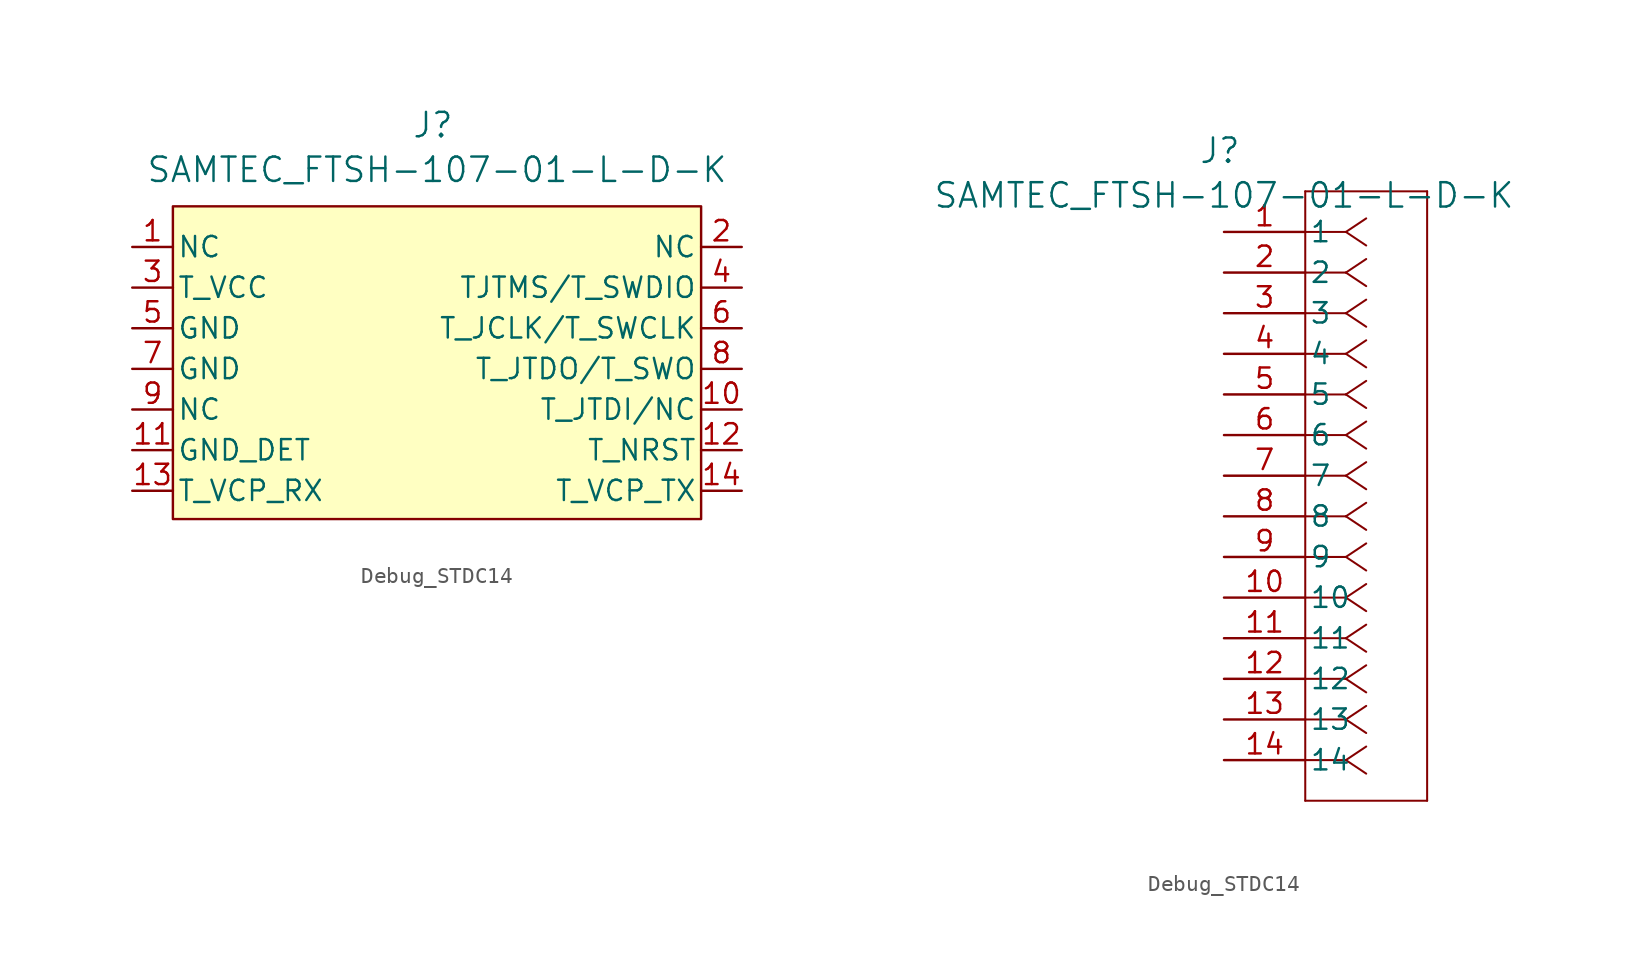
<source format=kicad_sym>
(kicad_symbol_lib
  (version 20231120)
  (generator "kicad_symbol_editor")
  (generator_version "8.0")
  (symbol "Debug_STDC14"
    (pin_names
      (offset 0.254))
    (property "Reference" "J"
      (at -0.254 5.08 0)
      (effects (font (size 1.524 1.524))))
    (property "Value" "SAMTEC_FTSH-107-01-L-D-K"
      (at 0 2.286 0)
      (effects (font (size 1.524 1.524))))
    (property "ki_locked" ""
      (at 0 0 0)
      (effects (font (size 1.27 1.27))))
    (symbol "Debug_STDC14_1_1"
      (rectangle (start -16.51 0) (end 16.51 -19.55) (stroke (width 0) (type default)) (fill (type background)))
      (pin passive line (at -19.05 -2.54 0) (length 2.54) (name "NC" (effects (font (size 1.27 1.27)))) (number "1" (effects (font (size 1.27 1.27)))))
      (pin passive line (at 19.05 -12.7 180) (length 2.54) (name "T_JTDI/NC" (effects (font (size 1.27 1.27)))) (number "10" (effects (font (size 1.27 1.27)))))
      (pin passive line (at -19.05 -15.24 0) (length 2.54) (name "GND_DET" (effects (font (size 1.27 1.27)))) (number "11" (effects (font (size 1.27 1.27)))))
      (pin passive line (at 19.05 -15.24 180) (length 2.54) (name "T_NRST" (effects (font (size 1.27 1.27)))) (number "12" (effects (font (size 1.27 1.27)))))
      (pin passive line (at -19.05 -17.78 0) (length 2.54) (name "T_VCP_RX" (effects (font (size 1.27 1.27)))) (number "13" (effects (font (size 1.27 1.27)))))
      (pin passive line (at 19.05 -17.78 180) (length 2.54) (name "T_VCP_TX" (effects (font (size 1.27 1.27)))) (number "14" (effects (font (size 1.27 1.27)))))
      (pin passive line (at 19.05 -2.54 180) (length 2.54) (name "NC" (effects (font (size 1.27 1.27)))) (number "2" (effects (font (size 1.27 1.27)))))
      (pin passive line (at -19.05 -5.08 0) (length 2.54) (name "T_VCC" (effects (font (size 1.27 1.27)))) (number "3" (effects (font (size 1.27 1.27)))))
      (pin passive line (at 19.05 -5.08 180) (length 2.54) (name "TJTMS/T_SWDIO" (effects (font (size 1.27 1.27)))) (number "4" (effects (font (size 1.27 1.27)))))
      (pin passive line (at -19.05 -7.62 0) (length 2.54) (name "GND" (effects (font (size 1.27 1.27)))) (number "5" (effects (font (size 1.27 1.27)))))
      (pin passive line (at 19.05 -7.62 180) (length 2.54) (name "T_JCLK/T_SWCLK" (effects (font (size 1.27 1.27)))) (number "6" (effects (font (size 1.27 1.27)))))
      (pin passive line (at -19.05 -10.16 0) (length 2.54) (name "GND" (effects (font (size 1.27 1.27)))) (number "7" (effects (font (size 1.27 1.27)))))
      (pin passive line (at 19.05 -10.16 180) (length 2.54) (name "T_JTDO/T_SWO" (effects (font (size 1.27 1.27)))) (number "8" (effects (font (size 1.27 1.27)))))
      (pin passive line (at -19.05 -12.7 0) (length 2.54) (name "NC" (effects (font (size 1.27 1.27)))) (number "9" (effects (font (size 1.27 1.27))))))
    (symbol "Debug_STDC14_1_2"
      (polyline (pts (xy 5.08 -35.56) (xy 12.7 -35.56)) (stroke (width 0.127) (type default)) (fill (type none)))
      (polyline (pts (xy 5.08 2.54) (xy 5.08 -35.56)) (stroke (width 0.127) (type default)) (fill (type none)))
      (polyline (pts (xy 7.62 -33.02) (xy 5.08 -33.02)) (stroke (width 0.127) (type default)) (fill (type none)))
      (polyline (pts (xy 7.62 -33.02) (xy 8.89 -33.867)) (stroke (width 0.127) (type default)) (fill (type none)))
      (polyline (pts (xy 7.62 -33.02) (xy 8.89 -32.173)) (stroke (width 0.127) (type default)) (fill (type none)))
      (polyline (pts (xy 7.62 -30.48) (xy 5.08 -30.48)) (stroke (width 0.127) (type default)) (fill (type none)))
      (polyline (pts (xy 7.62 -30.48) (xy 8.89 -31.327)) (stroke (width 0.127) (type default)) (fill (type none)))
      (polyline (pts (xy 7.62 -30.48) (xy 8.89 -29.633)) (stroke (width 0.127) (type default)) (fill (type none)))
      (polyline (pts (xy 7.62 -27.94) (xy 5.08 -27.94)) (stroke (width 0.127) (type default)) (fill (type none)))
      (polyline (pts (xy 7.62 -27.94) (xy 8.89 -28.787)) (stroke (width 0.127) (type default)) (fill (type none)))
      (polyline (pts (xy 7.62 -27.94) (xy 8.89 -27.093)) (stroke (width 0.127) (type default)) (fill (type none)))
      (polyline (pts (xy 7.62 -25.4) (xy 5.08 -25.4)) (stroke (width 0.127) (type default)) (fill (type none)))
      (polyline (pts (xy 7.62 -25.4) (xy 8.89 -26.247)) (stroke (width 0.127) (type default)) (fill (type none)))
      (polyline (pts (xy 7.62 -25.4) (xy 8.89 -24.553)) (stroke (width 0.127) (type default)) (fill (type none)))
      (polyline (pts (xy 7.62 -22.86) (xy 5.08 -22.86)) (stroke (width 0.127) (type default)) (fill (type none)))
      (polyline (pts (xy 7.62 -22.86) (xy 8.89 -23.707)) (stroke (width 0.127) (type default)) (fill (type none)))
      (polyline (pts (xy 7.62 -22.86) (xy 8.89 -22.013)) (stroke (width 0.127) (type default)) (fill (type none)))
      (polyline (pts (xy 7.62 -20.32) (xy 5.08 -20.32)) (stroke (width 0.127) (type default)) (fill (type none)))
      (polyline (pts (xy 7.62 -20.32) (xy 8.89 -21.167)) (stroke (width 0.127) (type default)) (fill (type none)))
      (polyline (pts (xy 7.62 -20.32) (xy 8.89 -19.473)) (stroke (width 0.127) (type default)) (fill (type none)))
      (polyline (pts (xy 7.62 -17.78) (xy 5.08 -17.78)) (stroke (width 0.127) (type default)) (fill (type none)))
      (polyline (pts (xy 7.62 -17.78) (xy 8.89 -18.627)) (stroke (width 0.127) (type default)) (fill (type none)))
      (polyline (pts (xy 7.62 -17.78) (xy 8.89 -16.933)) (stroke (width 0.127) (type default)) (fill (type none)))
      (polyline (pts (xy 7.62 -15.24) (xy 5.08 -15.24)) (stroke (width 0.127) (type default)) (fill (type none)))
      (polyline (pts (xy 7.62 -15.24) (xy 8.89 -16.087)) (stroke (width 0.127) (type default)) (fill (type none)))
      (polyline (pts (xy 7.62 -15.24) (xy 8.89 -14.393)) (stroke (width 0.127) (type default)) (fill (type none)))
      (polyline (pts (xy 7.62 -12.7) (xy 5.08 -12.7)) (stroke (width 0.127) (type default)) (fill (type none)))
      (polyline (pts (xy 7.62 -12.7) (xy 8.89 -13.547)) (stroke (width 0.127) (type default)) (fill (type none)))
      (polyline (pts (xy 7.62 -12.7) (xy 8.89 -11.853)) (stroke (width 0.127) (type default)) (fill (type none)))
      (polyline (pts (xy 7.62 -10.16) (xy 5.08 -10.16)) (stroke (width 0.127) (type default)) (fill (type none)))
      (polyline (pts (xy 7.62 -10.16) (xy 8.89 -11.007)) (stroke (width 0.127) (type default)) (fill (type none)))
      (polyline (pts (xy 7.62 -10.16) (xy 8.89 -9.313)) (stroke (width 0.127) (type default)) (fill (type none)))
      (polyline (pts (xy 7.62 -7.62) (xy 5.08 -7.62)) (stroke (width 0.127) (type default)) (fill (type none)))
      (polyline (pts (xy 7.62 -7.62) (xy 8.89 -8.467)) (stroke (width 0.127) (type default)) (fill (type none)))
      (polyline (pts (xy 7.62 -7.62) (xy 8.89 -6.773)) (stroke (width 0.127) (type default)) (fill (type none)))
      (polyline (pts (xy 7.62 -5.08) (xy 5.08 -5.08)) (stroke (width 0.127) (type default)) (fill (type none)))
      (polyline (pts (xy 7.62 -5.08) (xy 8.89 -5.927)) (stroke (width 0.127) (type default)) (fill (type none)))
      (polyline (pts (xy 7.62 -5.08) (xy 8.89 -4.233)) (stroke (width 0.127) (type default)) (fill (type none)))
      (polyline (pts (xy 7.62 -2.54) (xy 5.08 -2.54)) (stroke (width 0.127) (type default)) (fill (type none)))
      (polyline (pts (xy 7.62 -2.54) (xy 8.89 -3.387)) (stroke (width 0.127) (type default)) (fill (type none)))
      (polyline (pts (xy 7.62 -2.54) (xy 8.89 -1.693)) (stroke (width 0.127) (type default)) (fill (type none)))
      (polyline (pts (xy 7.62 0) (xy 5.08 0)) (stroke (width 0.127) (type default)) (fill (type none)))
      (polyline (pts (xy 7.62 0) (xy 8.89 -0.847)) (stroke (width 0.127) (type default)) (fill (type none)))
      (polyline (pts (xy 7.62 0) (xy 8.89 0.847)) (stroke (width 0.127) (type default)) (fill (type none)))
      (polyline (pts (xy 12.7 -35.56) (xy 12.7 2.54)) (stroke (width 0.127) (type default)) (fill (type none)))
      (polyline (pts (xy 12.7 2.54) (xy 5.08 2.54)) (stroke (width 0.127) (type default)) (fill (type none)))
      (pin unspecified line (at 0 0 0) (length 5.08) (name "1" (effects (font (size 1.27 1.27)))) (number "1" (effects (font (size 1.27 1.27)))))
      (pin unspecified line (at 0 -22.86 0) (length 5.08) (name "10" (effects (font (size 1.27 1.27)))) (number "10" (effects (font (size 1.27 1.27)))))
      (pin unspecified line (at 0 -25.4 0) (length 5.08) (name "11" (effects (font (size 1.27 1.27)))) (number "11" (effects (font (size 1.27 1.27)))))
      (pin unspecified line (at 0 -27.94 0) (length 5.08) (name "12" (effects (font (size 1.27 1.27)))) (number "12" (effects (font (size 1.27 1.27)))))
      (pin unspecified line (at 0 -30.48 0) (length 5.08) (name "13" (effects (font (size 1.27 1.27)))) (number "13" (effects (font (size 1.27 1.27)))))
      (pin unspecified line (at 0 -33.02 0) (length 5.08) (name "14" (effects (font (size 1.27 1.27)))) (number "14" (effects (font (size 1.27 1.27)))))
      (pin unspecified line (at 0 -2.54 0) (length 5.08) (name "2" (effects (font (size 1.27 1.27)))) (number "2" (effects (font (size 1.27 1.27)))))
      (pin unspecified line (at 0 -5.08 0) (length 5.08) (name "3" (effects (font (size 1.27 1.27)))) (number "3" (effects (font (size 1.27 1.27)))))
      (pin unspecified line (at 0 -7.62 0) (length 5.08) (name "4" (effects (font (size 1.27 1.27)))) (number "4" (effects (font (size 1.27 1.27)))))
      (pin unspecified line (at 0 -10.16 0) (length 5.08) (name "5" (effects (font (size 1.27 1.27)))) (number "5" (effects (font (size 1.27 1.27)))))
      (pin unspecified line (at 0 -12.7 0) (length 5.08) (name "6" (effects (font (size 1.27 1.27)))) (number "6" (effects (font (size 1.27 1.27)))))
      (pin unspecified line (at 0 -15.24 0) (length 5.08) (name "7" (effects (font (size 1.27 1.27)))) (number "7" (effects (font (size 1.27 1.27)))))
      (pin unspecified line (at 0 -17.78 0) (length 5.08) (name "8" (effects (font (size 1.27 1.27)))) (number "8" (effects (font (size 1.27 1.27)))))
      (pin unspecified line (at 0 -20.32 0) (length 5.08) (name "9" (effects (font (size 1.27 1.27)))) (number "9" (effects (font (size 1.27 1.27))))))))
</source>
